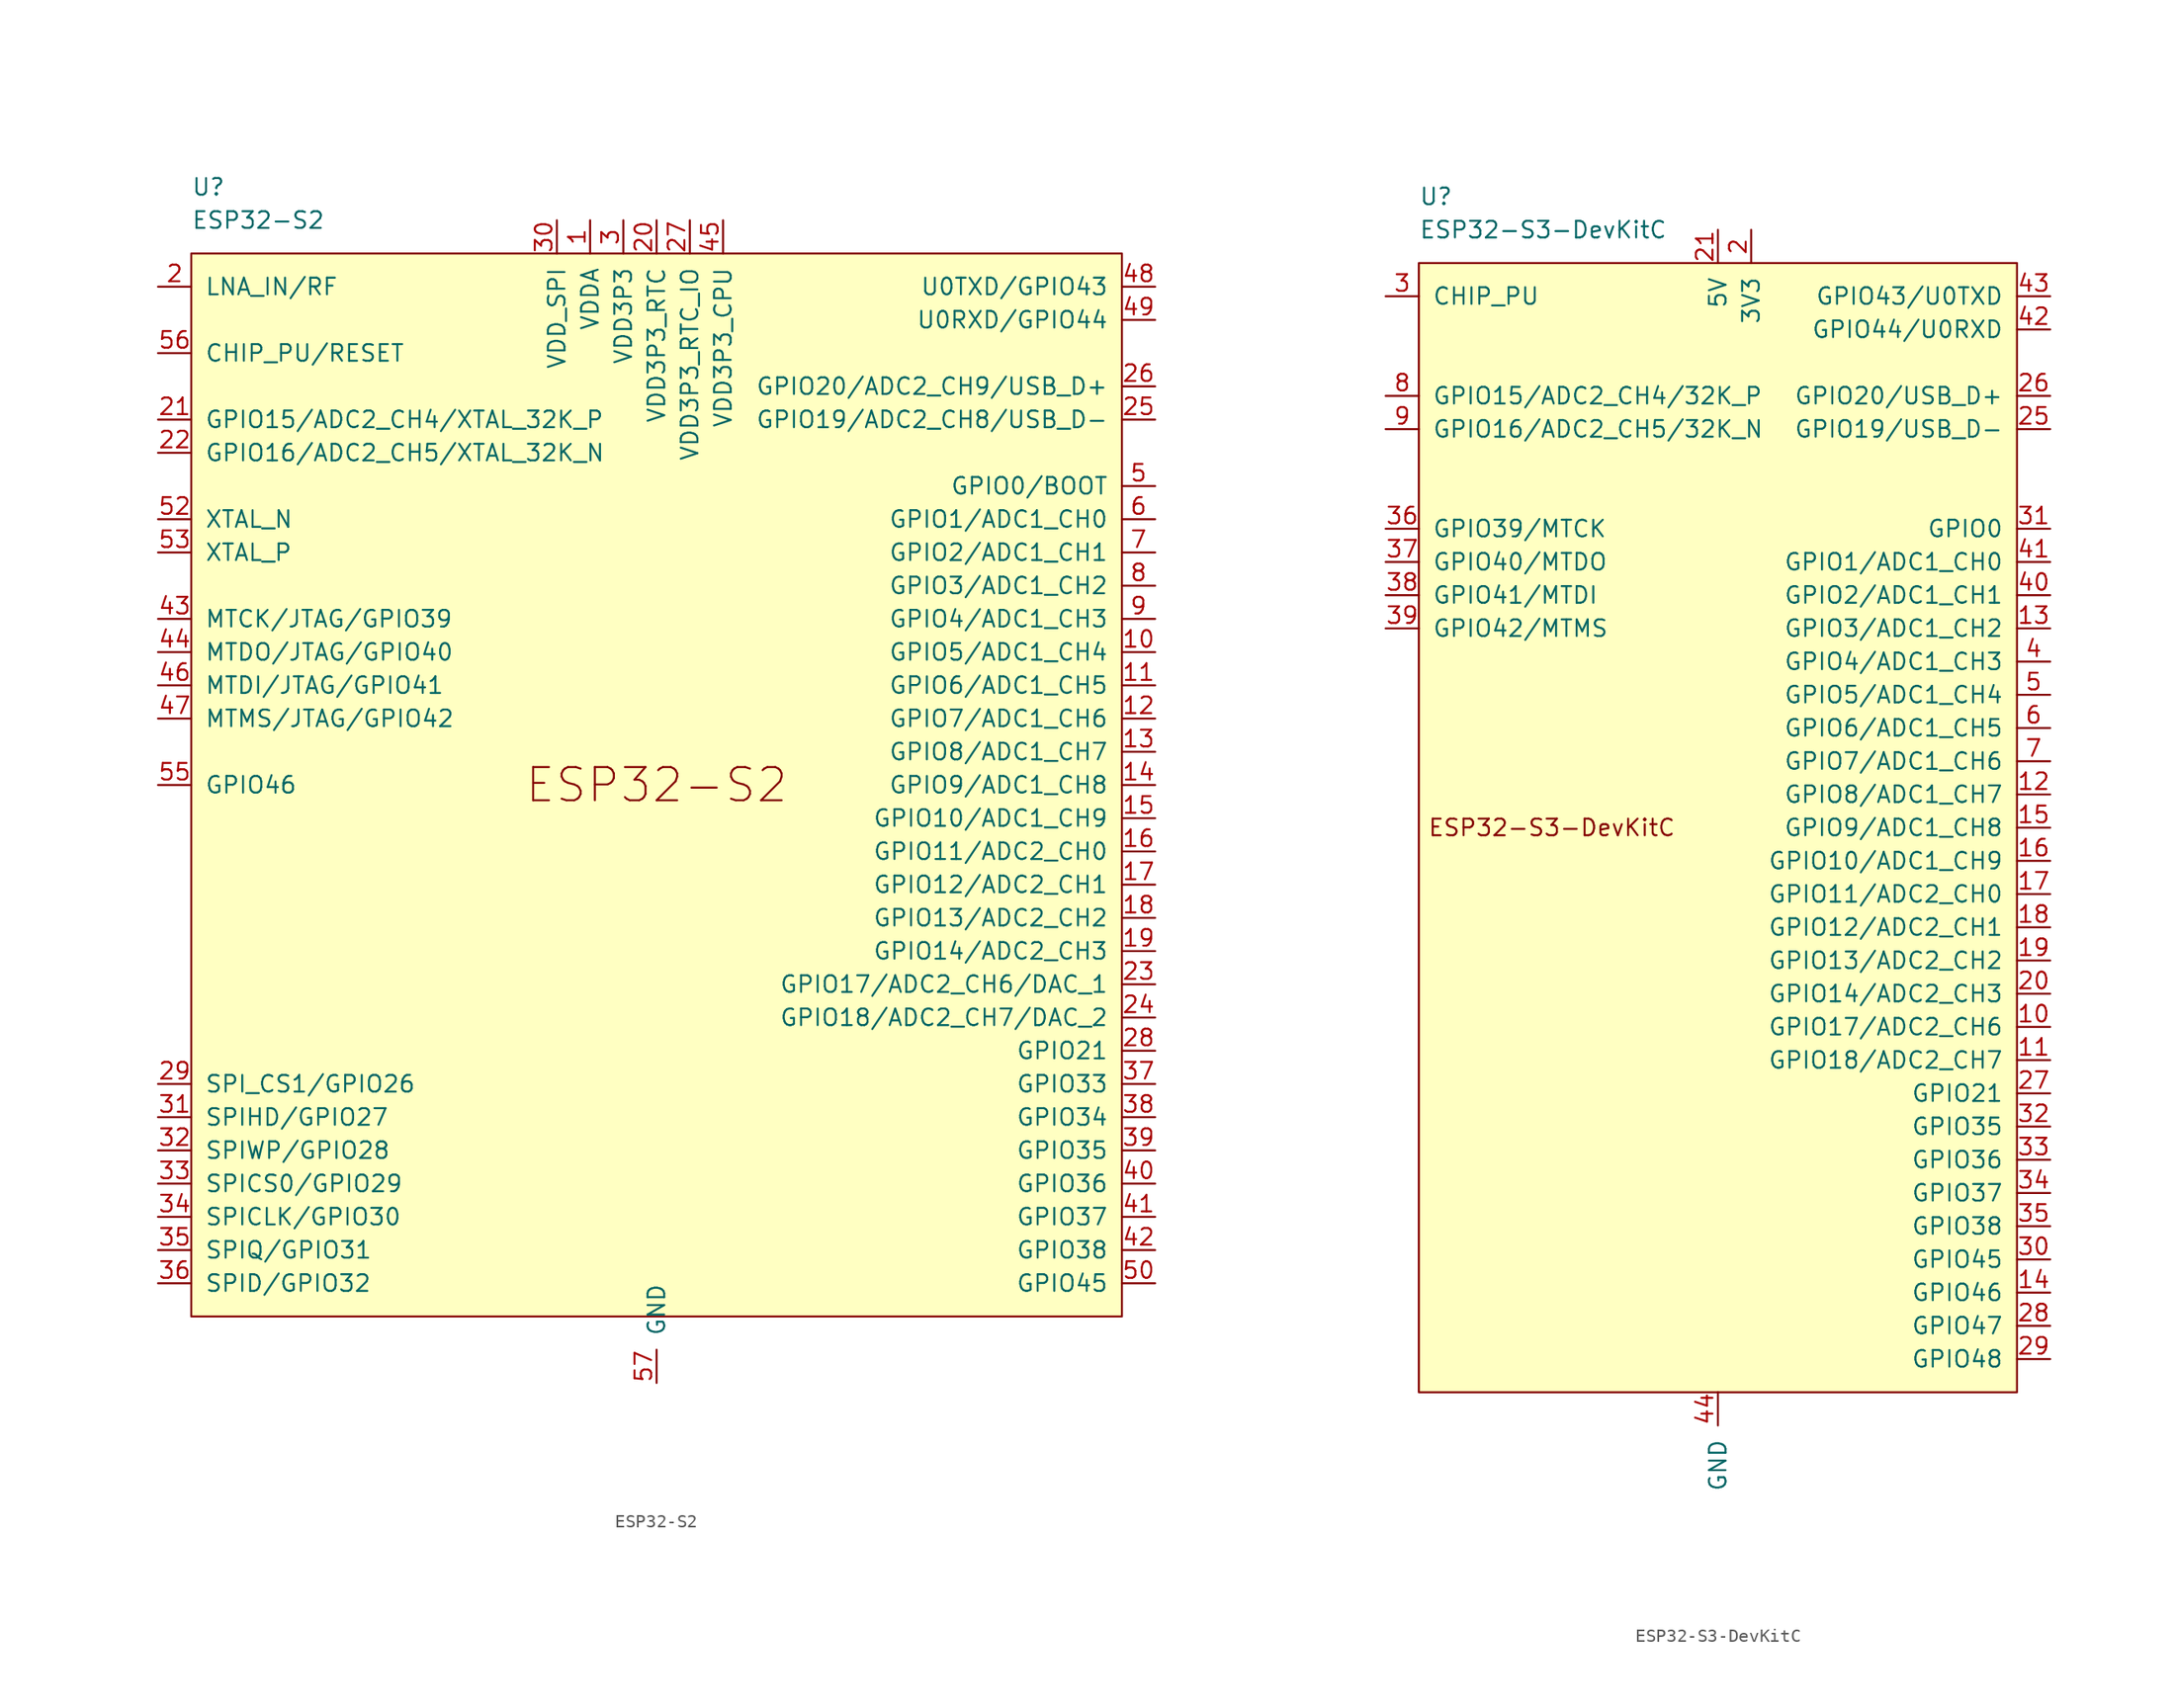
<source format=kicad_sym>
(kicad_symbol_lib
  (version 20210914)
  (generator kicad_symbol_editor)
  (symbol "ESP32-S2"
    (pin_names
      (offset 1.016))
    (property "Reference" "U"
      (at -35.56 45.72 0)
      (effects (font (size 1.27 1.27)) (justify left)))
    (property "Value" "ESP32-S2"
      (at -35.56 43.18 0)
      (effects (font (size 1.27 1.27)) (justify left)))
    (symbol "ESP32-S2_0_0"
      (text "ESP32-S2" (at 0 0 0) (effects (font (size 2.54 2.54)))))
    (symbol "ESP32-S2_0_1"
      (rectangle (start -35.56 40.64) (end 35.56 -40.64) (stroke (width 0) (type default)) (fill (type background))))
    (symbol "ESP32-S2_1_1"
      (pin power_in line (at -5.08 43.18 270) (length 2.54) (name "VDDA" (effects (font (size 1.27 1.27)))) (number "1" (effects (font (size 1.27 1.27)))))
      (pin bidirectional line (at 38.1 10.16 180) (length 2.54) (name "GPIO5/ADC1_CH4" (effects (font (size 1.27 1.27)))) (number "10" (effects (font (size 1.27 1.27)))))
      (pin bidirectional line (at 38.1 7.62 180) (length 2.54) (name "GPIO6/ADC1_CH5" (effects (font (size 1.27 1.27)))) (number "11" (effects (font (size 1.27 1.27)))))
      (pin bidirectional line (at 38.1 5.08 180) (length 2.54) (name "GPIO7/ADC1_CH6" (effects (font (size 1.27 1.27)))) (number "12" (effects (font (size 1.27 1.27)))))
      (pin bidirectional line (at 38.1 2.54 180) (length 2.54) (name "GPIO8/ADC1_CH7" (effects (font (size 1.27 1.27)))) (number "13" (effects (font (size 1.27 1.27)))))
      (pin bidirectional line (at 38.1 0 180) (length 2.54) (name "GPIO9/ADC1_CH8" (effects (font (size 1.27 1.27)))) (number "14" (effects (font (size 1.27 1.27)))))
      (pin bidirectional line (at 38.1 -2.54 180) (length 2.54) (name "GPIO10/ADC1_CH9" (effects (font (size 1.27 1.27)))) (number "15" (effects (font (size 1.27 1.27)))))
      (pin bidirectional line (at 38.1 -5.08 180) (length 2.54) (name "GPIO11/ADC2_CH0" (effects (font (size 1.27 1.27)))) (number "16" (effects (font (size 1.27 1.27)))))
      (pin bidirectional line (at 38.1 -7.62 180) (length 2.54) (name "GPIO12/ADC2_CH1" (effects (font (size 1.27 1.27)))) (number "17" (effects (font (size 1.27 1.27)))))
      (pin bidirectional line (at 38.1 -10.16 180) (length 2.54) (name "GPIO13/ADC2_CH2" (effects (font (size 1.27 1.27)))) (number "18" (effects (font (size 1.27 1.27)))))
      (pin bidirectional line (at 38.1 -12.7 180) (length 2.54) (name "GPIO14/ADC2_CH3" (effects (font (size 1.27 1.27)))) (number "19" (effects (font (size 1.27 1.27)))))
      (pin bidirectional line (at -38.1 38.1 0) (length 2.54) (name "LNA_IN/RF" (effects (font (size 1.27 1.27)))) (number "2" (effects (font (size 1.27 1.27)))))
      (pin power_in line (at 0 43.18 270) (length 2.54) (name "VDD3P3_RTC" (effects (font (size 1.27 1.27)))) (number "20" (effects (font (size 1.27 1.27)))))
      (pin bidirectional line (at -38.1 27.94 0) (length 2.54) (name "GPIO15/ADC2_CH4/XTAL_32K_P" (effects (font (size 1.27 1.27)))) (number "21" (effects (font (size 1.27 1.27)))))
      (pin bidirectional line (at -38.1 25.4 0) (length 2.54) (name "GPIO16/ADC2_CH5/XTAL_32K_N" (effects (font (size 1.27 1.27)))) (number "22" (effects (font (size 1.27 1.27)))))
      (pin bidirectional line (at 38.1 -15.24 180) (length 2.54) (name "GPIO17/ADC2_CH6/DAC_1" (effects (font (size 1.27 1.27)))) (number "23" (effects (font (size 1.27 1.27)))))
      (pin bidirectional line (at 38.1 -17.78 180) (length 2.54) (name "GPIO18/ADC2_CH7/DAC_2" (effects (font (size 1.27 1.27)))) (number "24" (effects (font (size 1.27 1.27)))))
      (pin bidirectional line (at 38.1 27.94 180) (length 2.54) (name "GPIO19/ADC2_CH8/USB_D-" (effects (font (size 1.27 1.27)))) (number "25" (effects (font (size 1.27 1.27)))))
      (pin bidirectional line (at 38.1 30.48 180) (length 2.54) (name "GPIO20/ADC2_CH9/USB_D+" (effects (font (size 1.27 1.27)))) (number "26" (effects (font (size 1.27 1.27)))))
      (pin power_in line (at 2.54 43.18 270) (length 2.54) (name "VDD3P3_RTC_IO" (effects (font (size 1.27 1.27)))) (number "27" (effects (font (size 1.27 1.27)))))
      (pin bidirectional line (at 38.1 -20.32 180) (length 2.54) (name "GPIO21" (effects (font (size 1.27 1.27)))) (number "28" (effects (font (size 1.27 1.27)))))
      (pin bidirectional line (at -38.1 -22.86 0) (length 2.54) (name "SPI_CS1/GPIO26" (effects (font (size 1.27 1.27)))) (number "29" (effects (font (size 1.27 1.27)))))
      (pin power_in line (at -2.54 43.18 270) (length 2.54) (name "VDD3P3" (effects (font (size 1.27 1.27)))) (number "3" (effects (font (size 1.27 1.27)))))
      (pin power_out line (at -7.62 43.18 270) (length 2.54) (name "VDD_SPI" (effects (font (size 1.27 1.27)))) (number "30" (effects (font (size 1.27 1.27)))))
      (pin bidirectional line (at -38.1 -25.4 0) (length 2.54) (name "SPIHD/GPIO27" (effects (font (size 1.27 1.27)))) (number "31" (effects (font (size 1.27 1.27)))))
      (pin bidirectional line (at -38.1 -27.94 0) (length 2.54) (name "SPIWP/GPIO28" (effects (font (size 1.27 1.27)))) (number "32" (effects (font (size 1.27 1.27)))))
      (pin bidirectional line (at -38.1 -30.48 0) (length 2.54) (name "SPICS0/GPIO29" (effects (font (size 1.27 1.27)))) (number "33" (effects (font (size 1.27 1.27)))))
      (pin bidirectional line (at -38.1 -33.02 0) (length 2.54) (name "SPICLK/GPIO30" (effects (font (size 1.27 1.27)))) (number "34" (effects (font (size 1.27 1.27)))))
      (pin bidirectional line (at -38.1 -35.56 0) (length 2.54) (name "SPIQ/GPIO31" (effects (font (size 1.27 1.27)))) (number "35" (effects (font (size 1.27 1.27)))))
      (pin bidirectional line (at -38.1 -38.1 0) (length 2.54) (name "SPID/GPIO32" (effects (font (size 1.27 1.27)))) (number "36" (effects (font (size 1.27 1.27)))))
      (pin bidirectional line (at 38.1 -22.86 180) (length 2.54) (name "GPIO33" (effects (font (size 1.27 1.27)))) (number "37" (effects (font (size 1.27 1.27)))))
      (pin bidirectional line (at 38.1 -25.4 180) (length 2.54) (name "GPIO34" (effects (font (size 1.27 1.27)))) (number "38" (effects (font (size 1.27 1.27)))))
      (pin bidirectional line (at 38.1 -27.94 180) (length 2.54) (name "GPIO35" (effects (font (size 1.27 1.27)))) (number "39" (effects (font (size 1.27 1.27)))))
      (pin passive line (at -2.54 43.18 270) (length 2.54) hide (name "VDD3P3" (effects (font (size 1.27 1.27)))) (number "4" (effects (font (size 1.27 1.27)))))
      (pin bidirectional line (at 38.1 -30.48 180) (length 2.54) (name "GPIO36" (effects (font (size 1.27 1.27)))) (number "40" (effects (font (size 1.27 1.27)))))
      (pin bidirectional line (at 38.1 -33.02 180) (length 2.54) (name "GPIO37" (effects (font (size 1.27 1.27)))) (number "41" (effects (font (size 1.27 1.27)))))
      (pin bidirectional line (at 38.1 -35.56 180) (length 2.54) (name "GPIO38" (effects (font (size 1.27 1.27)))) (number "42" (effects (font (size 1.27 1.27)))))
      (pin input line (at -38.1 12.7 0) (length 2.54) (name "MTCK/JTAG/GPIO39" (effects (font (size 1.27 1.27)))) (number "43" (effects (font (size 1.27 1.27)))))
      (pin output line (at -38.1 10.16 0) (length 2.54) (name "MTDO/JTAG/GPIO40" (effects (font (size 1.27 1.27)))) (number "44" (effects (font (size 1.27 1.27)))))
      (pin power_in line (at 5.08 43.18 270) (length 2.54) (name "VDD3P3_CPU" (effects (font (size 1.27 1.27)))) (number "45" (effects (font (size 1.27 1.27)))))
      (pin input line (at -38.1 7.62 0) (length 2.54) (name "MTDI/JTAG/GPIO41" (effects (font (size 1.27 1.27)))) (number "46" (effects (font (size 1.27 1.27)))))
      (pin output line (at -38.1 5.08 0) (length 2.54) (name "MTMS/JTAG/GPIO42" (effects (font (size 1.27 1.27)))) (number "47" (effects (font (size 1.27 1.27)))))
      (pin bidirectional line (at 38.1 38.1 180) (length 2.54) (name "U0TXD/GPIO43" (effects (font (size 1.27 1.27)))) (number "48" (effects (font (size 1.27 1.27)))))
      (pin bidirectional line (at 38.1 35.56 180) (length 2.54) (name "U0RXD/GPIO44" (effects (font (size 1.27 1.27)))) (number "49" (effects (font (size 1.27 1.27)))))
      (pin bidirectional line (at 38.1 22.86 180) (length 2.54) (name "GPIO0/BOOT" (effects (font (size 1.27 1.27)))) (number "5" (effects (font (size 1.27 1.27)))))
      (pin bidirectional line (at 38.1 -38.1 180) (length 2.54) (name "GPIO45" (effects (font (size 1.27 1.27)))) (number "50" (effects (font (size 1.27 1.27)))))
      (pin passive line (at -5.08 43.18 270) (length 2.54) hide (name "VDDA" (effects (font (size 1.27 1.27)))) (number "51" (effects (font (size 1.27 1.27)))))
      (pin output line (at -38.1 20.32 0) (length 2.54) (name "XTAL_N" (effects (font (size 1.27 1.27)))) (number "52" (effects (font (size 1.27 1.27)))))
      (pin input line (at -38.1 17.78 0) (length 2.54) (name "XTAL_P" (effects (font (size 1.27 1.27)))) (number "53" (effects (font (size 1.27 1.27)))))
      (pin passive line (at -5.08 43.18 270) (length 2.54) hide (name "VDDA" (effects (font (size 1.27 1.27)))) (number "54" (effects (font (size 1.27 1.27)))))
      (pin input line (at -38.1 0 0) (length 2.54) (name "GPIO46" (effects (font (size 1.27 1.27)))) (number "55" (effects (font (size 1.27 1.27)))))
      (pin bidirectional line (at -38.1 33.02 0) (length 2.54) (name "CHIP_PU/RESET" (effects (font (size 1.27 1.27)))) (number "56" (effects (font (size 1.27 1.27)))))
      (pin power_in line (at 0 -45.72 90) (length 2.54) (name "GND" (effects (font (size 1.27 1.27)))) (number "57" (effects (font (size 1.27 1.27)))))
      (pin bidirectional line (at 38.1 20.32 180) (length 2.54) (name "GPIO1/ADC1_CH0" (effects (font (size 1.27 1.27)))) (number "6" (effects (font (size 1.27 1.27)))))
      (pin bidirectional line (at 38.1 17.78 180) (length 2.54) (name "GPIO2/ADC1_CH1" (effects (font (size 1.27 1.27)))) (number "7" (effects (font (size 1.27 1.27)))))
      (pin bidirectional line (at 38.1 15.24 180) (length 2.54) (name "GPIO3/ADC1_CH2" (effects (font (size 1.27 1.27)))) (number "8" (effects (font (size 1.27 1.27)))))
      (pin bidirectional line (at 38.1 12.7 180) (length 2.54) (name "GPIO4/ADC1_CH3" (effects (font (size 1.27 1.27)))) (number "9" (effects (font (size 1.27 1.27)))))))
  (symbol "ESP32-S3-DevKitC"
    (pin_names
      (offset 1.016))
    (property "Reference" "U"
      (at -22.86 48.26 0)
      (effects (font (size 1.27 1.27)) (justify left)))
    (property "Value" "ESP32-S3-DevKitC"
      (at -22.86 45.72 0)
      (effects (font (size 1.27 1.27)) (justify left)))
    (symbol "ESP32-S3-DevKitC_0_0"
      (text "ESP32-S3-DevKitC" (at -12.7 0 0) (effects (font (size 1.27 1.27))))
      (pin bidirectional line (at 25.4 -35.56 180) (length 2.54) (name "GPIO46" (effects (font (size 1.27 1.27)))) (number "14" (effects (font (size 1.27 1.27)))))
      (pin bidirectional line (at 25.4 -10.16 180) (length 2.54) (name "GPIO13/ADC2_CH2" (effects (font (size 1.27 1.27)))) (number "19" (effects (font (size 1.27 1.27)))))
      (pin bidirectional line (at -25.4 15.24 0) (length 2.54) (name "GPIO42/MTMS" (effects (font (size 1.27 1.27)))) (number "39" (effects (font (size 1.27 1.27)))))
      (pin bidirectional line (at 25.4 17.78 180) (length 2.54) (name "GPIO2/ADC1_CH1" (effects (font (size 1.27 1.27)))) (number "40" (effects (font (size 1.27 1.27)))))
      (pin bidirectional line (at 25.4 20.32 180) (length 2.54) (name "GPIO1/ADC1_CH0" (effects (font (size 1.27 1.27)))) (number "41" (effects (font (size 1.27 1.27)))))
      (pin bidirectional line (at 25.4 38.1 180) (length 2.54) (name "GPIO44/U0RXD" (effects (font (size 1.27 1.27)))) (number "42" (effects (font (size 1.27 1.27)))))
      (pin bidirectional line (at 25.4 40.64 180) (length 2.54) (name "GPIO43/U0TXD" (effects (font (size 1.27 1.27)))) (number "43" (effects (font (size 1.27 1.27)))))
      (pin power_in line (at 0 -43.18 270) (length 2.54) (name "GND" (effects (font (size 1.27 1.27)))) (number "44" (effects (font (size 1.27 1.27))))))
    (symbol "ESP32-S3-DevKitC_0_1"
      (rectangle (start -22.86 43.18) (end 22.86 -43.18) (stroke (width 0) (type default)) (fill (type background)))
      (pin power_in line (at 2.54 45.72 270) (length 2.54) (name "3V3" (effects (font (size 1.27 1.27)))) (number "2" (effects (font (size 1.27 1.27))))))
    (symbol "ESP32-S3-DevKitC_1_1"
      (pin passive line (at 2.54 45.72 270) (length 2.54) hide (name "3V3" (effects (font (size 1.27 1.27)))) (number "1" (effects (font (size 1.27 1.27)))))
      (pin bidirectional line (at 25.4 -15.24 180) (length 2.54) (name "GPIO17/ADC2_CH6" (effects (font (size 1.27 1.27)))) (number "10" (effects (font (size 1.27 1.27)))))
      (pin bidirectional line (at 25.4 -17.78 180) (length 2.54) (name "GPIO18/ADC2_CH7" (effects (font (size 1.27 1.27)))) (number "11" (effects (font (size 1.27 1.27)))))
      (pin bidirectional line (at 25.4 2.54 180) (length 2.54) (name "GPIO8/ADC1_CH7" (effects (font (size 1.27 1.27)))) (number "12" (effects (font (size 1.27 1.27)))))
      (pin bidirectional line (at 25.4 15.24 180) (length 2.54) (name "GPIO3/ADC1_CH2" (effects (font (size 1.27 1.27)))) (number "13" (effects (font (size 1.27 1.27)))))
      (pin bidirectional line (at 25.4 0 180) (length 2.54) (name "GPIO9/ADC1_CH8" (effects (font (size 1.27 1.27)))) (number "15" (effects (font (size 1.27 1.27)))))
      (pin bidirectional line (at 25.4 -2.54 180) (length 2.54) (name "GPIO10/ADC1_CH9" (effects (font (size 1.27 1.27)))) (number "16" (effects (font (size 1.27 1.27)))))
      (pin bidirectional line (at 25.4 -5.08 180) (length 2.54) (name "GPIO11/ADC2_CH0" (effects (font (size 1.27 1.27)))) (number "17" (effects (font (size 1.27 1.27)))))
      (pin bidirectional line (at 25.4 -7.62 180) (length 2.54) (name "GPIO12/ADC2_CH1" (effects (font (size 1.27 1.27)))) (number "18" (effects (font (size 1.27 1.27)))))
      (pin bidirectional line (at 25.4 -12.7 180) (length 2.54) (name "GPIO14/ADC2_CH3" (effects (font (size 1.27 1.27)))) (number "20" (effects (font (size 1.27 1.27)))))
      (pin power_in line (at 0 45.72 270) (length 2.54) (name "5V" (effects (font (size 1.27 1.27)))) (number "21" (effects (font (size 1.27 1.27)))))
      (pin passive line (at 0 -43.18 270) (length 2.54) hide (name "GND" (effects (font (size 1.27 1.27)))) (number "22" (effects (font (size 1.27 1.27)))))
      (pin passive line (at 0 -43.18 270) (length 2.54) hide (name "GND" (effects (font (size 1.27 1.27)))) (number "23" (effects (font (size 1.27 1.27)))))
      (pin passive line (at 0 -43.18 270) (length 2.54) hide (name "GND" (effects (font (size 1.27 1.27)))) (number "24" (effects (font (size 1.27 1.27)))))
      (pin bidirectional line (at 25.4 30.48 180) (length 2.54) (name "GPIO19/USB_D-" (effects (font (size 1.27 1.27)))) (number "25" (effects (font (size 1.27 1.27)))))
      (pin bidirectional line (at 25.4 33.02 180) (length 2.54) (name "GPIO20/USB_D+" (effects (font (size 1.27 1.27)))) (number "26" (effects (font (size 1.27 1.27)))))
      (pin bidirectional line (at 25.4 -20.32 180) (length 2.54) (name "GPIO21" (effects (font (size 1.27 1.27)))) (number "27" (effects (font (size 1.27 1.27)))))
      (pin bidirectional line (at 25.4 -38.1 180) (length 2.54) (name "GPIO47" (effects (font (size 1.27 1.27)))) (number "28" (effects (font (size 1.27 1.27)))))
      (pin bidirectional line (at 25.4 -40.64 180) (length 2.54) (name "GPIO48" (effects (font (size 1.27 1.27)))) (number "29" (effects (font (size 1.27 1.27)))))
      (pin input line (at -25.4 40.64 0) (length 2.54) (name "CHIP_PU" (effects (font (size 1.27 1.27)))) (number "3" (effects (font (size 1.27 1.27)))))
      (pin bidirectional line (at 25.4 -33.02 180) (length 2.54) (name "GPIO45" (effects (font (size 1.27 1.27)))) (number "30" (effects (font (size 1.27 1.27)))))
      (pin bidirectional line (at 25.4 22.86 180) (length 2.54) (name "GPIO0" (effects (font (size 1.27 1.27)))) (number "31" (effects (font (size 1.27 1.27)))))
      (pin bidirectional line (at 25.4 -22.86 180) (length 2.54) (name "GPIO35" (effects (font (size 1.27 1.27)))) (number "32" (effects (font (size 1.27 1.27)))))
      (pin bidirectional line (at 25.4 -25.4 180) (length 2.54) (name "GPIO36" (effects (font (size 1.27 1.27)))) (number "33" (effects (font (size 1.27 1.27)))))
      (pin bidirectional line (at 25.4 -27.94 180) (length 2.54) (name "GPIO37" (effects (font (size 1.27 1.27)))) (number "34" (effects (font (size 1.27 1.27)))))
      (pin bidirectional line (at 25.4 -30.48 180) (length 2.54) (name "GPIO38" (effects (font (size 1.27 1.27)))) (number "35" (effects (font (size 1.27 1.27)))))
      (pin bidirectional line (at -25.4 22.86 0) (length 2.54) (name "GPIO39/MTCK" (effects (font (size 1.27 1.27)))) (number "36" (effects (font (size 1.27 1.27)))))
      (pin bidirectional line (at -25.4 20.32 0) (length 2.54) (name "GPIO40/MTDO" (effects (font (size 1.27 1.27)))) (number "37" (effects (font (size 1.27 1.27)))))
      (pin bidirectional line (at -25.4 17.78 0) (length 2.54) (name "GPIO41/MTDI" (effects (font (size 1.27 1.27)))) (number "38" (effects (font (size 1.27 1.27)))))
      (pin bidirectional line (at 25.4 12.7 180) (length 2.54) (name "GPIO4/ADC1_CH3" (effects (font (size 1.27 1.27)))) (number "4" (effects (font (size 1.27 1.27)))))
      (pin bidirectional line (at 25.4 10.16 180) (length 2.54) (name "GPIO5/ADC1_CH4" (effects (font (size 1.27 1.27)))) (number "5" (effects (font (size 1.27 1.27)))))
      (pin bidirectional line (at 25.4 7.62 180) (length 2.54) (name "GPIO6/ADC1_CH5" (effects (font (size 1.27 1.27)))) (number "6" (effects (font (size 1.27 1.27)))))
      (pin bidirectional line (at 25.4 5.08 180) (length 2.54) (name "GPIO7/ADC1_CH6" (effects (font (size 1.27 1.27)))) (number "7" (effects (font (size 1.27 1.27)))))
      (pin bidirectional line (at -25.4 33.02 0) (length 2.54) (name "GPIO15/ADC2_CH4/32K_P" (effects (font (size 1.27 1.27)))) (number "8" (effects (font (size 1.27 1.27)))))
      (pin bidirectional line (at -25.4 30.48 0) (length 2.54) (name "GPIO16/ADC2_CH5/32K_N" (effects (font (size 1.27 1.27)))) (number "9" (effects (font (size 1.27 1.27))))))))
</source>
